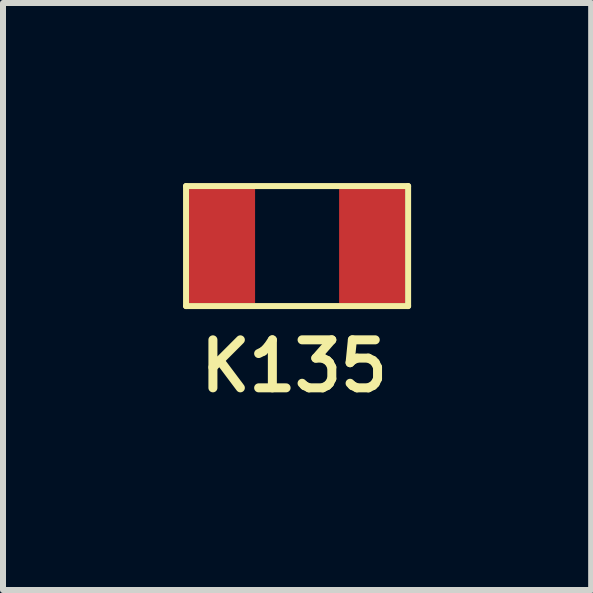
<source format=kicad_pcb>
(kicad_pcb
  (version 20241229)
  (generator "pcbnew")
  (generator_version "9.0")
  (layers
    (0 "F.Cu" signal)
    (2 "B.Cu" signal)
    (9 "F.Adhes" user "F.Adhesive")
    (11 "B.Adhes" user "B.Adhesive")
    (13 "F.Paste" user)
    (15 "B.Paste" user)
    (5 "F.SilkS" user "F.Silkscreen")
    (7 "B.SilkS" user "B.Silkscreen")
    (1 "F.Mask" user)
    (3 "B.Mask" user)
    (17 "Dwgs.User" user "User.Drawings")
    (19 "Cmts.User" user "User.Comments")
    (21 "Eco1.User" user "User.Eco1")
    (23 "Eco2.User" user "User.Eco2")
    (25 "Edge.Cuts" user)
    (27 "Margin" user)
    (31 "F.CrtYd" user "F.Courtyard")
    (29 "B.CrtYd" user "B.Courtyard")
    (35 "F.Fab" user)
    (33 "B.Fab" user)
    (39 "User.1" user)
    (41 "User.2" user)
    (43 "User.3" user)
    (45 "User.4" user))
  (footprint "K135"
    (layer "F.Cu")
    (at 1.85 1.05)
    (property "Reference" "K135" (at 0 2 0) (layer "F.SilkS") (effects (font (size 0.8 0.8) (thickness 0.15))))
    (attr through_hole)
    (fp_line (start -1.8 -1) (end 1.9 -1) (stroke (width 0.1) (type solid)) (layer "F.SilkS"))
    (fp_line (start -1.8 1) (end -1.8 -1) (stroke (width 0.1) (type solid)) (layer "F.SilkS"))
    (fp_line (start 1.9 -1) (end 1.9 1) (stroke (width 0.1) (type solid)) (layer "F.SilkS"))
    (fp_line (start 1.9 1) (end -1.8 1) (stroke (width 0.1) (type solid)) (layer "F.SilkS"))
    (pad "1" smd rect (at -1.2 0) (size 1.1 1.9) (layers "F.Cu" "F.Mask" "F.Paste"))
    (pad "2" smd rect (at 1.3 0) (size 1.1 1.9) (layers "F.Cu" "F.Mask" "F.Paste")))
  (gr_rect
    (start -3 -3)
    (end 6.8 6.781)
    (stroke (width 0.1) (type default))
    (fill no)
    (layer "Edge.Cuts")))
</source>
